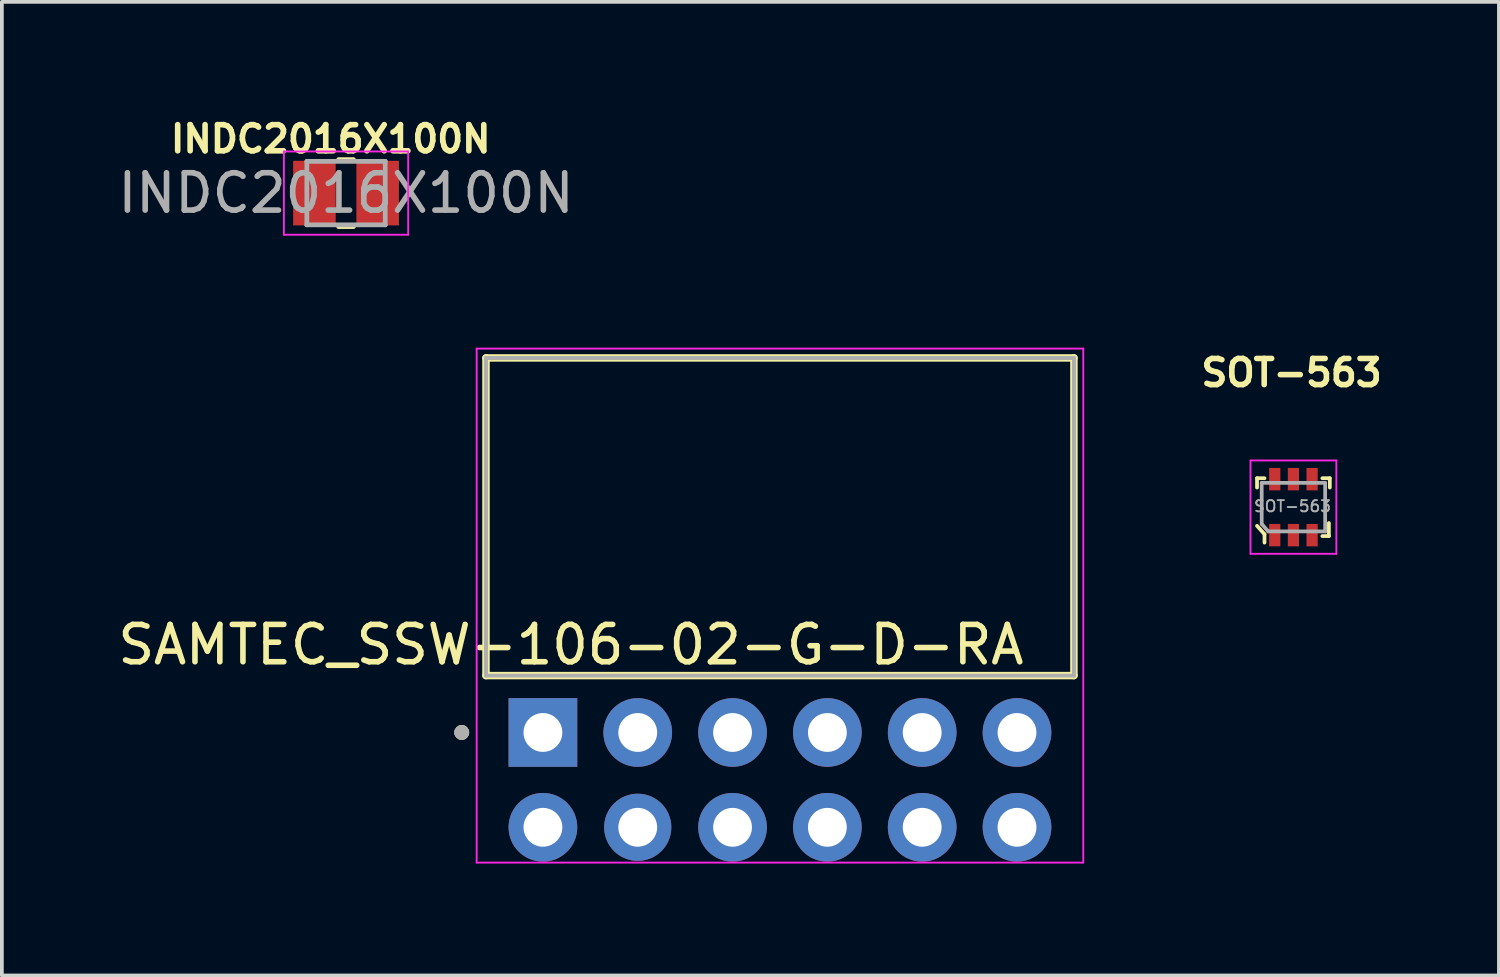
<source format=kicad_pcb>
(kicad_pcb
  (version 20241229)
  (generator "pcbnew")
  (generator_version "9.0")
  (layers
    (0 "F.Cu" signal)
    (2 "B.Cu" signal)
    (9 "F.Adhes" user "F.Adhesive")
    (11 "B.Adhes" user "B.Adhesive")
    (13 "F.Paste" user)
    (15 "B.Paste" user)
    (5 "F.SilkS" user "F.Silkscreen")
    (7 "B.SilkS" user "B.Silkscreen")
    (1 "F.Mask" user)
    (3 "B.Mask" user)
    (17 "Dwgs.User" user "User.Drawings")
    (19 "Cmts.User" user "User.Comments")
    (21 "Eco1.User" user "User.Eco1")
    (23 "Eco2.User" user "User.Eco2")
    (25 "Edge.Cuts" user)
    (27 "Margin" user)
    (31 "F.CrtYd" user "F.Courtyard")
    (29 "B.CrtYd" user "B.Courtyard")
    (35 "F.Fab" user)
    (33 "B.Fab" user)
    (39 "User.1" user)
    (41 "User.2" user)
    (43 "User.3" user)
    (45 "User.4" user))
  (footprint "INDC2016X100N"
    (layer "F.Cu")
    (at 6.22 2.123)
    (property "Reference" "INDC2016X100N" (at -0.41 -1.45 0) (layer "F.SilkS") (effects (font (size 0.7 0.7) (thickness 0.15))))
    (attr through_hole)
    (fp_line (start -0.2 -0.9) (end 0.2 -0.9) (stroke (width 0.12) (type solid)) (layer "F.SilkS"))
    (fp_line (start -0.2 0.9) (end 0.2 0.9) (stroke (width 0.12) (type solid)) (layer "F.SilkS"))
    (fp_line (start -1.665 -1.115) (end 1.665 -1.115) (stroke (width 0.05) (type solid)) (layer "F.CrtYd"))
    (fp_line (start -1.665 1.115) (end -1.665 -1.115) (stroke (width 0.05) (type solid)) (layer "F.CrtYd"))
    (fp_line (start -1.665 1.115) (end 1.665 1.115) (stroke (width 0.05) (type solid)) (layer "F.CrtYd"))
    (fp_line (start 1.665 1.115) (end 1.665 -1.115) (stroke (width 0.05) (type solid)) (layer "F.CrtYd"))
    (fp_line (start -1.05 0.85) (end -1.05 -0.85) (stroke (width 0.127) (type solid)) (layer "F.Fab"))
    (fp_line (start 1.05 -0.85) (end -1.05 -0.85) (stroke (width 0.127) (type solid)) (layer "F.Fab"))
    (fp_line (start 1.05 0.85) (end -1.05 0.85) (stroke (width 0.127) (type solid)) (layer "F.Fab"))
    (fp_line (start 1.05 0.85) (end 1.05 -0.85) (stroke (width 0.127) (type solid)) (layer "F.Fab"))
    (fp_text user "${REFERENCE}" (at 0 0 0) (layer "F.Fab") (effects (font (size 1 1) (thickness 0.15))))
    (pad "1" smd rect (at -0.847 0) (size 1.14 1.73) (layers "F.Cu" "F.Mask" "F.Paste"))
    (pad "2" smd rect (at 0.847 0) (size 1.14 1.73) (layers "F.Cu" "F.Mask" "F.Paste")))
  (footprint "SOT-563"
    (layer "F.Cu")
    (at 31.599 10.536)
    (property "Reference" "SOT-563" (at -0.05 -3.6 0) (layer "F.SilkS") (effects (font (size 0.7 0.7) (thickness 0.15))))
    (attr smd)
    (fp_line (start -0.975 -0.775) (end -0.975 -0.525) (stroke (width 0.1) (type solid)) (layer "F.SilkS"))
    (fp_line (start -0.975 -0.775) (end -0.775 -0.775) (stroke (width 0.1) (type solid)) (layer "F.SilkS"))
    (fp_line (start -0.975 0.5) (end -0.775 0.725) (stroke (width 0.1) (type solid)) (layer "F.SilkS"))
    (fp_line (start -0.775 0.725) (end -0.775 0.95) (stroke (width 0.1) (type solid)) (layer "F.SilkS"))
    (fp_line (start 0.775 -0.775) (end 0.975 -0.775) (stroke (width 0.1) (type solid)) (layer "F.SilkS"))
    (fp_line (start 0.775 0.775) (end 0.95 0.775) (stroke (width 0.1) (type solid)) (layer "F.SilkS"))
    (fp_line (start 0.95 0.775) (end 0.95 0.425) (stroke (width 0.1) (type solid)) (layer "F.SilkS"))
    (fp_line (start 0.975 -0.775) (end 0.975 -0.525) (stroke (width 0.1) (type solid)) (layer "F.SilkS"))
    (fp_line (start -1.15 -1.25) (end 1.15 -1.25) (stroke (width 0.05) (type solid)) (layer "F.CrtYd"))
    (fp_line (start -1.15 1.25) (end -1.15 -1.25) (stroke (width 0.05) (type solid)) (layer "F.CrtYd"))
    (fp_line (start 1.15 -1.25) (end 1.15 1.25) (stroke (width 0.05) (type solid)) (layer "F.CrtYd"))
    (fp_line (start 1.15 1.25) (end -1.15 1.25) (stroke (width 0.05) (type solid)) (layer "F.CrtYd"))
    (fp_line (start -0.85 -0.65) (end 0.85 -0.65) (stroke (width 0.1) (type solid)) (layer "F.Fab"))
    (fp_line (start -0.85 0.45) (end -0.85 -0.65) (stroke (width 0.1) (type solid)) (layer "F.Fab"))
    (fp_line (start -0.85 0.45) (end -0.675 0.65) (stroke (width 0.1) (type solid)) (layer "F.Fab"))
    (fp_line (start -0.675 0.65) (end 0.85 0.65) (stroke (width 0.1) (type solid)) (layer "F.Fab"))
    (fp_line (start 0.85 -0.65) (end 0.85 0.65) (stroke (width 0.1) (type solid)) (layer "F.Fab"))
    (fp_text user "${REFERENCE}" (at -0.025 -0.025 0) (layer "F.Fab") (effects (font (size 0.3 0.3) (thickness 0.05))))
    (pad "1" smd rect (at -0.5 0.75) (size 0.3 0.6) (layers "F.Cu" "F.Mask" "F.Paste"))
    (pad "2" smd rect (at 0 0.75) (size 0.3 0.6) (layers "F.Cu" "F.Mask" "F.Paste"))
    (pad "3" smd rect (at 0.5 0.75) (size 0.3 0.6) (layers "F.Cu" "F.Mask" "F.Paste"))
    (pad "4" smd rect (at 0.5 -0.75) (size 0.3 0.6) (layers "F.Cu" "F.Mask" "F.Paste"))
    (pad "5" smd rect (at 0 -0.75) (size 0.3 0.6) (layers "F.Cu" "F.Mask" "F.Paste"))
    (pad "6" smd rect (at -0.5 -0.75) (size 0.3 0.6) (layers "F.Cu" "F.Mask" "F.Paste")))
  (footprint "SAMTEC_SSW-106-02-G-D-RA"
    (layer "F.Cu")
    (at 11.494 16.572)
    (property "Reference" "SAMTEC_SSW-106-02-G-D-RA" (at 0.75 -2.35 0) (layer "F.SilkS") (effects (font (size 1 1) (thickness 0.15))))
    (attr through_hole)
    (fp_line (start -1.525 -1.524) (end -1.525 -10.034) (stroke (width 0.2) (type solid)) (layer "F.SilkS"))
    (fp_line (start 14.225 -10.034) (end -1.525 -10.034) (stroke (width 0.2) (type solid)) (layer "F.SilkS"))
    (fp_line (start 14.225 -10.034) (end 14.225 -1.524) (stroke (width 0.2) (type solid)) (layer "F.SilkS"))
    (fp_line (start 14.225 -1.524) (end -1.525 -1.524) (stroke (width 0.2) (type solid)) (layer "F.SilkS"))
    (fp_circle (center -2.175 0) (end -2.075 0) (stroke (width 0.2) (type solid)) (fill no) (layer "F.SilkS"))
    (fp_line (start -1.775 -10.284) (end 14.475 -10.284) (stroke (width 0.05) (type solid)) (layer "F.CrtYd"))
    (fp_line (start -1.775 3.485) (end -1.775 -10.284) (stroke (width 0.05) (type solid)) (layer "F.CrtYd"))
    (fp_line (start 14.475 -10.284) (end 14.475 3.485) (stroke (width 0.05) (type solid)) (layer "F.CrtYd"))
    (fp_line (start 14.475 3.485) (end -1.775 3.485) (stroke (width 0.05) (type solid)) (layer "F.CrtYd"))
    (fp_line (start -1.525 -10.034) (end 14.225 -10.034) (stroke (width 0.1) (type solid)) (layer "F.Fab"))
    (fp_line (start -1.525 -10.034) (end 14.225 -10.034) (stroke (width 0.1) (type solid)) (layer "F.Fab"))
    (fp_line (start -1.525 -1.524) (end -1.525 -10.034) (stroke (width 0.1) (type solid)) (layer "F.Fab"))
    (fp_line (start -1.525 -1.524) (end -1.525 -10.034) (stroke (width 0.1) (type solid)) (layer "F.Fab"))
    (fp_line (start 14.225 -10.034) (end 14.225 -1.524) (stroke (width 0.1) (type solid)) (layer "F.Fab"))
    (fp_line (start 14.225 -10.034) (end 14.225 -1.524) (stroke (width 0.1) (type solid)) (layer "F.Fab"))
    (fp_line (start 14.225 -1.524) (end -1.525 -1.524) (stroke (width 0.1) (type solid)) (layer "F.Fab"))
    (fp_circle (center -2.175 0) (end -2.075 0) (stroke (width 0.2) (type solid)) (fill no) (layer "F.Fab"))
    (pad "1" thru_hole rect (at 0 0) (size 1.84 1.84) (drill 1.04) (layers "*.Cu" "*.Mask"))
    (pad "2" thru_hole circle (at 0 2.54) (size 1.84 1.84) (drill 1.04) (layers "*.Cu" "*.Mask"))
    (pad "3" thru_hole circle (at 2.54 0) (size 1.84 1.84) (drill 1.04) (layers "*.Cu" "*.Mask"))
    (pad "4" thru_hole circle (at 2.54 2.54) (size 1.8 1.8) (drill 1.04) (layers "*.Cu" "*.Mask"))
    (pad "5" thru_hole circle (at 5.08 0) (size 1.84 1.84) (drill 1.04) (layers "*.Cu" "*.Mask"))
    (pad "6" thru_hole circle (at 5.08 2.54) (size 1.84 1.84) (drill 1.04) (layers "*.Cu" "*.Mask"))
    (pad "7" thru_hole circle (at 7.62 0) (size 1.84 1.84) (drill 1.04) (layers "*.Cu" "*.Mask"))
    (pad "8" thru_hole circle (at 7.62 2.54) (size 1.84 1.84) (drill 1.04) (layers "*.Cu" "*.Mask"))
    (pad "9" thru_hole circle (at 10.16 0) (size 1.84 1.84) (drill 1.04) (layers "*.Cu" "*.Mask"))
    (pad "10" thru_hole circle (at 10.16 2.54) (size 1.84 1.84) (drill 1.04) (layers "*.Cu" "*.Mask"))
    (pad "11" thru_hole circle (at 12.7 0) (size 1.84 1.84) (drill 1.04) (layers "*.Cu" "*.Mask"))
    (pad "12" thru_hole circle (at 12.7 2.54) (size 1.84 1.84) (drill 1.04) (layers "*.Cu" "*.Mask")))
  (gr_rect
    (start -3 -3)
    (end 37.104 23.082)
    (stroke (width 0.1) (type default))
    (fill no)
    (layer "Edge.Cuts")))
</source>
